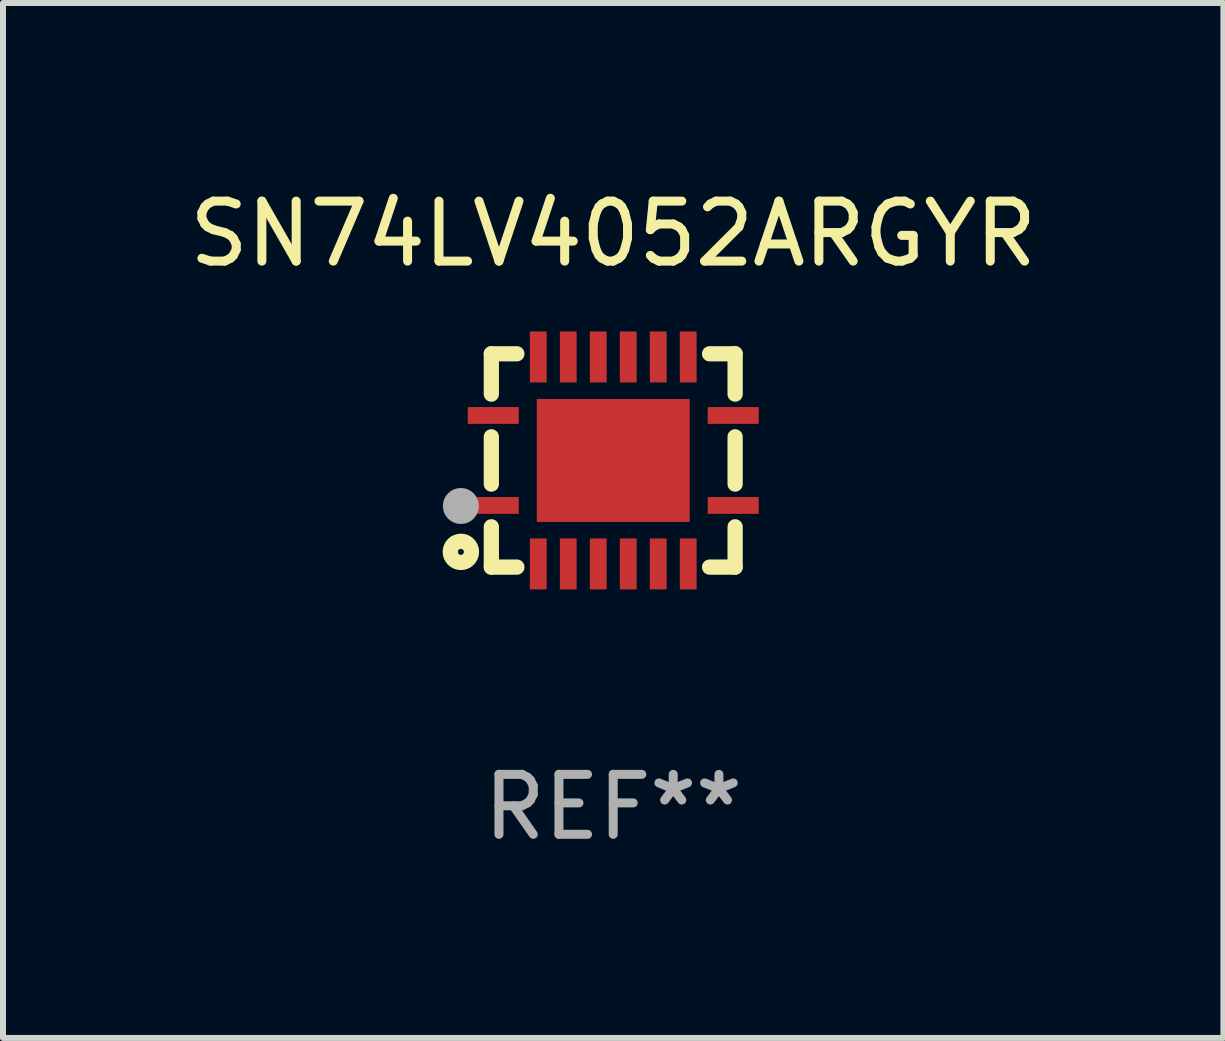
<source format=kicad_pcb>
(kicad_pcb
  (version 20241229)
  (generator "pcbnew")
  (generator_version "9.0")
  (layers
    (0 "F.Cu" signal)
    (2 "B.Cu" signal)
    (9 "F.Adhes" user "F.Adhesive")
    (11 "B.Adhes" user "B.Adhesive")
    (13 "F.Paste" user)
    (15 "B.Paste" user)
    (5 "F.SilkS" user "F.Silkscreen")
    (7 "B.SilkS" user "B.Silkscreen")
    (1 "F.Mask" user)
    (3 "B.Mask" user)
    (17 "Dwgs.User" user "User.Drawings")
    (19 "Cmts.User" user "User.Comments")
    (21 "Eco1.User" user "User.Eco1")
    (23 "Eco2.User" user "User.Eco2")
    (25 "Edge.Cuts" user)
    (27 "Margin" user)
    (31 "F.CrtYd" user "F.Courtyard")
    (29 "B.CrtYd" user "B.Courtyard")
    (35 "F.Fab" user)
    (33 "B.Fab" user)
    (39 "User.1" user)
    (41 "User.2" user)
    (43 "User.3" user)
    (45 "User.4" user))
  (footprint "SN74LV4052ARGYR"
    (layer "F.Cu")
    (at 7.173 4.626)
    (property "Reference" "SN74LV4052ARGYR" (at 0 -3.778 0) (layer "F.SilkS") (effects (font (size 1 1) (thickness 0.15))))
    (attr through_hole)
    (fp_line (start -2.032 -1.778) (end -2.032 -1.106) (stroke (width 0.254) (type solid)) (layer "F.SilkS"))
    (fp_line (start -2.032 -0.394) (end -2.032 0.394) (stroke (width 0.254) (type solid)) (layer "F.SilkS"))
    (fp_line (start -2.032 1.106) (end -2.032 1.778) (stroke (width 0.254) (type solid)) (layer "F.SilkS"))
    (fp_line (start -2.032 1.778) (end -1.606 1.778) (stroke (width 0.254) (type solid)) (layer "F.SilkS"))
    (fp_line (start -1.606 -1.778) (end -2.032 -1.778) (stroke (width 0.254) (type solid)) (layer "F.SilkS"))
    (fp_line (start 1.606 1.778) (end 2.032 1.778) (stroke (width 0.254) (type solid)) (layer "F.SilkS"))
    (fp_line (start 2.032 -1.778) (end 1.606 -1.778) (stroke (width 0.254) (type solid)) (layer "F.SilkS"))
    (fp_line (start 2.032 -1.106) (end 2.032 -1.778) (stroke (width 0.254) (type solid)) (layer "F.SilkS"))
    (fp_line (start 2.032 0.394) (end 2.032 -0.394) (stroke (width 0.254) (type solid)) (layer "F.SilkS"))
    (fp_line (start 2.032 1.778) (end 2.032 1.106) (stroke (width 0.254) (type solid)) (layer "F.SilkS"))
    (fp_circle (center -2.54 1.524) (end -2.363 1.524) (stroke (width 0.254) (type solid)) (fill no) (layer "F.SilkS"))
    (fp_circle (center -2.002 1.752) (end -1.952 1.752) (stroke (width 0.1) (type solid)) (fill no) (layer "F.SilkS"))
    (fp_circle (center -2.54 0.759) (end -2.39 0.759) (stroke (width 0.3) (type solid)) (fill no) (layer "F.Fab"))
    (fp_text user "REF**" (at 0 5.778 0) (layer "F.Fab") (effects (font (size 1 1) (thickness 0.15))))
    (pad "1" smd rect (at -2 0.75 90) (size 0.28 0.85) (layers "F.Cu" "F.Mask" "F.Paste"))
    (pad "2" smd rect (at -1.25 1.725 180) (size 0.28 0.85) (layers "F.Cu" "F.Mask" "F.Paste"))
    (pad "3" smd rect (at -0.75 1.725 180) (size 0.28 0.85) (layers "F.Cu" "F.Mask" "F.Paste"))
    (pad "4" smd rect (at -0.25 1.725 180) (size 0.28 0.85) (layers "F.Cu" "F.Mask" "F.Paste"))
    (pad "5" smd rect (at 0.25 1.725 180) (size 0.28 0.85) (layers "F.Cu" "F.Mask" "F.Paste"))
    (pad "6" smd rect (at 0.75 1.725 180) (size 0.28 0.85) (layers "F.Cu" "F.Mask" "F.Paste"))
    (pad "7" smd rect (at 1.25 1.725 180) (size 0.28 0.85) (layers "F.Cu" "F.Mask" "F.Paste"))
    (pad "8" smd rect (at 2 0.75 270) (size 0.28 0.85) (layers "F.Cu" "F.Mask" "F.Paste"))
    (pad "9" smd rect (at 2 -0.75 270) (size 0.28 0.85) (layers "F.Cu" "F.Mask" "F.Paste"))
    (pad "10" smd rect (at 1.25 -1.725) (size 0.28 0.85) (layers "F.Cu" "F.Mask" "F.Paste"))
    (pad "11" smd rect (at 0.75 -1.725) (size 0.28 0.85) (layers "F.Cu" "F.Mask" "F.Paste"))
    (pad "12" smd rect (at 0.25 -1.725) (size 0.28 0.85) (layers "F.Cu" "F.Mask" "F.Paste"))
    (pad "13" smd rect (at -0.25 -1.725) (size 0.28 0.85) (layers "F.Cu" "F.Mask" "F.Paste"))
    (pad "14" smd rect (at -0.75 -1.725) (size 0.28 0.85) (layers "F.Cu" "F.Mask" "F.Paste"))
    (pad "15" smd rect (at -1.25 -1.725) (size 0.28 0.85) (layers "F.Cu" "F.Mask" "F.Paste"))
    (pad "16" smd rect (at -2 -0.75 90) (size 0.28 0.85) (layers "F.Cu" "F.Mask" "F.Paste"))
    (pad "17" smd rect (at 0.000051 0 270) (size 2.05 2.55) (layers "F.Cu" "F.Mask" "F.Paste")))
  (gr_rect
    (start -3 -3)
    (end 17.345 14.253)
    (stroke (width 0.1) (type default))
    (fill no)
    (layer "Edge.Cuts")))
</source>
